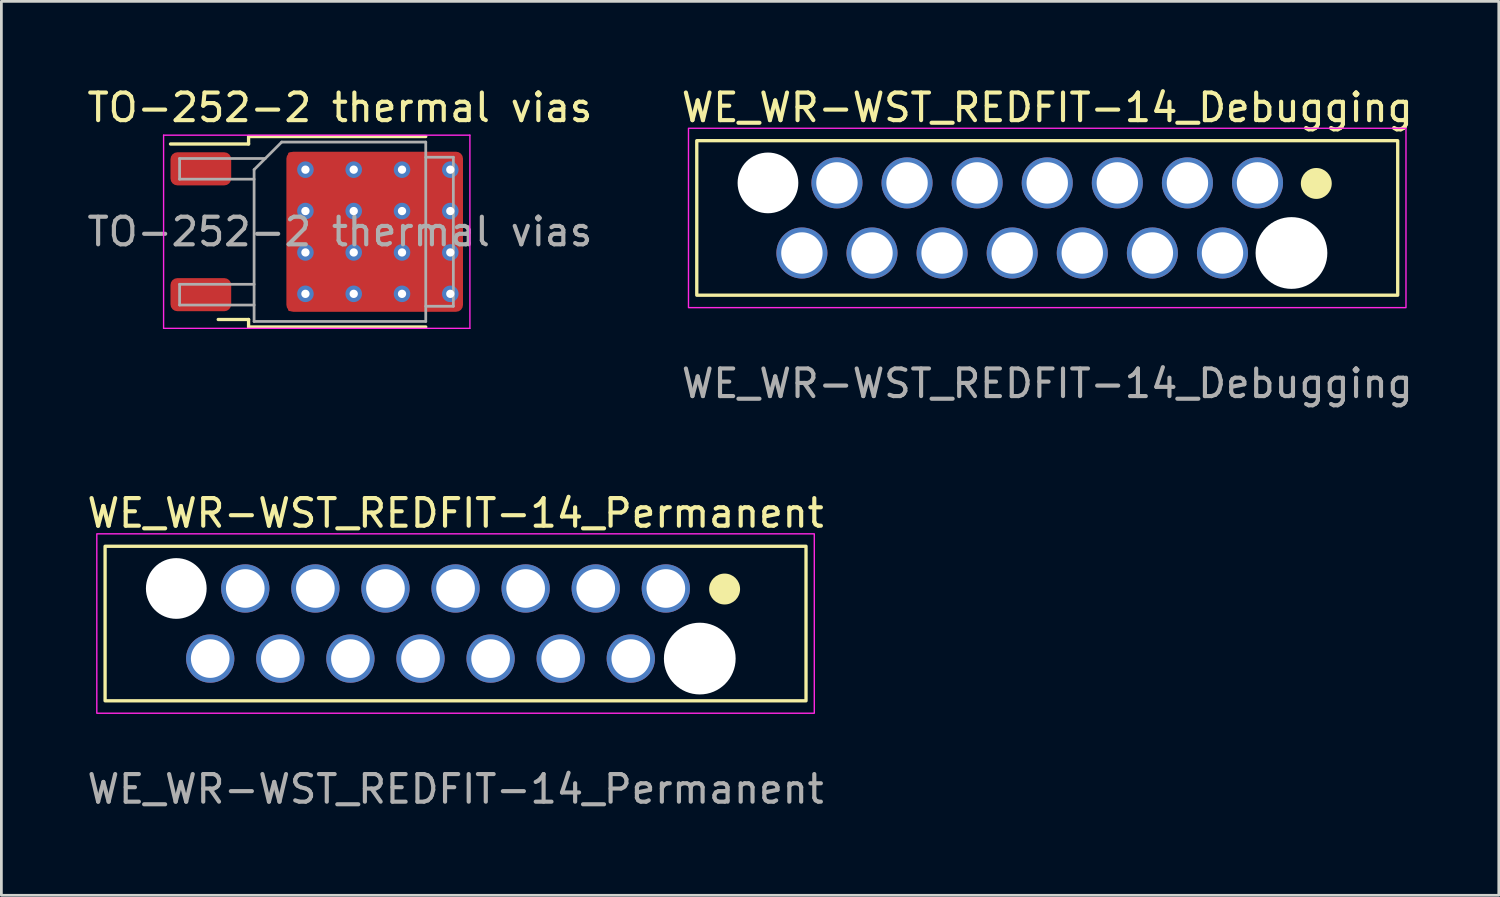
<source format=kicad_pcb>
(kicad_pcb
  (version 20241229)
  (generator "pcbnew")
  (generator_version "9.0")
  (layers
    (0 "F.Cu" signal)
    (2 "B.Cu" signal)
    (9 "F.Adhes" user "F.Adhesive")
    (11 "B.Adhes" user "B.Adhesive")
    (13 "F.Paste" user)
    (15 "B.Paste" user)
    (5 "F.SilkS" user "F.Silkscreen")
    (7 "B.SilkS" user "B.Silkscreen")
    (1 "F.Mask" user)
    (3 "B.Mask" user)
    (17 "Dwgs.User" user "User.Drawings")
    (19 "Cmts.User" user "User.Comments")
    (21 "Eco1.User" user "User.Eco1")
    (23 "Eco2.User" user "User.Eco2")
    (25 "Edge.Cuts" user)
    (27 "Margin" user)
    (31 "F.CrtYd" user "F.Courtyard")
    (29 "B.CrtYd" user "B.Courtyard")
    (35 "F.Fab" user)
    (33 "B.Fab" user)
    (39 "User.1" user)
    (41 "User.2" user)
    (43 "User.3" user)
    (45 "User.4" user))
  (footprint "WE_WR-WST_REDFIT-14_Permanent"
    (layer "F.Cu")
    (at 13.458 19.545)
    (property "Reference" "WE_WR-WST_REDFIT-14_Permanent" (at 0 -4 0) (unlocked yes) (layer "F.SilkS") (effects (font (size 1 1) (thickness 0.15))))
    (attr through_hole exclude_from_bom)
    (fp_rect (start -12.7 -2.8) (end 12.7 2.8) (stroke (width 0.12) (type default)) (fill no) (layer "F.SilkS"))
    (fp_circle (center 9.75 -1.25) (end 10.25 -1.25) (stroke (width 0.12) (type solid)) (fill yes) (layer "F.SilkS"))
    (fp_rect (start -13 -3.25) (end 13 3.25) (stroke (width 0.05) (type default)) (fill no) (layer "F.CrtYd"))
    (fp_text user "${REFERENCE}" (at 0 6 0) (unlocked yes) (layer "F.Fab") (effects (font (size 1 1) (thickness 0.15))))
    (pad "" np_thru_hole circle (at -10.12 -1.27) (size 2.2 2.2) (drill 2.2) (layers "*.Cu" "*.Mask"))
    (pad "" np_thru_hole circle (at 8.85 1.27) (size 2.6 2.6) (drill 2.6) (layers "*.Cu" "*.Mask"))
    (pad "1" thru_hole circle (at 7.62 -1.27) (size 1.75 1.75) (drill 1.4) (layers "*.Cu" "*.Mask"))
    (pad "2" thru_hole circle (at 6.35 1.27) (size 1.75 1.75) (drill 1.4) (layers "*.Cu" "*.Mask"))
    (pad "3" thru_hole circle (at 5.08 -1.27) (size 1.75 1.75) (drill 1.4) (layers "*.Cu" "*.Mask"))
    (pad "4" thru_hole circle (at 3.81 1.27) (size 1.75 1.75) (drill 1.4) (layers "*.Cu" "*.Mask"))
    (pad "5" thru_hole circle (at 2.54 -1.27) (size 1.75 1.75) (drill 1.4) (layers "*.Cu" "*.Mask"))
    (pad "6" thru_hole circle (at 1.27 1.27) (size 1.75 1.75) (drill 1.4) (layers "*.Cu" "*.Mask"))
    (pad "7" thru_hole circle (at 0 -1.27) (size 1.75 1.75) (drill 1.4) (layers "*.Cu" "*.Mask"))
    (pad "8" thru_hole circle (at -1.27 1.27) (size 1.75 1.75) (drill 1.4) (layers "*.Cu" "*.Mask"))
    (pad "9" thru_hole circle (at -2.54 -1.27) (size 1.75 1.75) (drill 1.4) (layers "*.Cu" "*.Mask"))
    (pad "10" thru_hole circle (at -3.81 1.27) (size 1.75 1.75) (drill 1.4) (layers "*.Cu" "*.Mask"))
    (pad "11" thru_hole circle (at -5.08 -1.27) (size 1.75 1.75) (drill 1.4) (layers "*.Cu" "*.Mask"))
    (pad "12" thru_hole circle (at -6.35 1.27) (size 1.75 1.75) (drill 1.4) (layers "*.Cu" "*.Mask"))
    (pad "13" thru_hole circle (at -7.62 -1.27) (size 1.75 1.75) (drill 1.4) (layers "*.Cu" "*.Mask"))
    (pad "14" thru_hole circle (at -8.89 1.27) (size 1.75 1.75) (drill 1.4) (layers "*.Cu" "*.Mask")))
  (footprint "TO-252-2 thermal vias"
    (layer "F.Cu")
    (at 9.268 5.348)
    (property "Reference" "TO-252-2 thermal vias" (at 0 -4.5 0) (layer "F.SilkS") (effects (font (size 1 1) (thickness 0.15))))
    (attr smd)
    (fp_line (start -3.31 -3.45) (end -3.31 -3.18) (stroke (width 0.12) (type solid)) (layer "F.SilkS"))
    (fp_line (start -3.31 -3.18) (end -6.14 -3.18) (stroke (width 0.12) (type solid)) (layer "F.SilkS"))
    (fp_line (start -3.31 3.18) (end -4.41 3.18) (stroke (width 0.12) (type solid)) (layer "F.SilkS"))
    (fp_line (start -3.31 3.45) (end -3.31 3.18) (stroke (width 0.12) (type solid)) (layer "F.SilkS"))
    (fp_line (start 3.11 -3.45) (end -3.31 -3.45) (stroke (width 0.12) (type solid)) (layer "F.SilkS"))
    (fp_line (start 3.11 3.45) (end -3.31 3.45) (stroke (width 0.12) (type solid)) (layer "F.SilkS"))
    (fp_line (start -6.39 -3.5) (end -6.39 3.5) (stroke (width 0.05) (type solid)) (layer "F.CrtYd"))
    (fp_line (start -6.39 3.5) (end 4.71 3.5) (stroke (width 0.05) (type solid)) (layer "F.CrtYd"))
    (fp_line (start 4.71 -3.5) (end -6.39 -3.5) (stroke (width 0.05) (type solid)) (layer "F.CrtYd"))
    (fp_line (start 4.71 3.5) (end 4.71 -3.5) (stroke (width 0.05) (type solid)) (layer "F.CrtYd"))
    (fp_line (start -5.81 -2.655) (end -5.81 -1.905) (stroke (width 0.1) (type solid)) (layer "F.Fab"))
    (fp_line (start -5.81 -1.905) (end -3.11 -1.905) (stroke (width 0.1) (type solid)) (layer "F.Fab"))
    (fp_line (start -5.81 1.905) (end -5.81 2.655) (stroke (width 0.1) (type solid)) (layer "F.Fab"))
    (fp_line (start -5.81 2.655) (end -3.11 2.655) (stroke (width 0.1) (type solid)) (layer "F.Fab"))
    (fp_line (start -3.11 -2.25) (end -2.11 -3.25) (stroke (width 0.1) (type solid)) (layer "F.Fab"))
    (fp_line (start -3.11 1.905) (end -5.81 1.905) (stroke (width 0.1) (type solid)) (layer "F.Fab"))
    (fp_line (start -3.11 3.25) (end -3.11 -2.25) (stroke (width 0.1) (type solid)) (layer "F.Fab"))
    (fp_line (start -2.705 -2.655) (end -5.81 -2.655) (stroke (width 0.1) (type solid)) (layer "F.Fab"))
    (fp_line (start -2.11 -3.25) (end 3.11 -3.25) (stroke (width 0.1) (type solid)) (layer "F.Fab"))
    (fp_line (start 3.11 -3.25) (end 3.11 3.25) (stroke (width 0.1) (type solid)) (layer "F.Fab"))
    (fp_line (start 3.11 -2.7) (end 4.11 -2.7) (stroke (width 0.1) (type solid)) (layer "F.Fab"))
    (fp_line (start 3.11 3.25) (end -3.11 3.25) (stroke (width 0.1) (type solid)) (layer "F.Fab"))
    (fp_line (start 4.11 -2.7) (end 4.11 2.7) (stroke (width 0.1) (type solid)) (layer "F.Fab"))
    (fp_line (start 4.11 2.7) (end 3.11 2.7) (stroke (width 0.1) (type solid)) (layer "F.Fab"))
    (fp_text user "${REFERENCE}" (at 0 0 0) (layer "F.Fab") (effects (font (size 1 1) (thickness 0.15))))
    (pad "1" smd roundrect (at -5.04 -2.28) (size 2.2 1.2) (layers "F.Cu" "F.Mask" "F.Paste") (roundrect_rratio 0.208))
    (pad "2" smd roundrect (at -1.625 -2.625 270) (size 0.5 0.5) (layers "F.Cu" "F.Paste") (roundrect_rratio 0.091))
    (pad "2" smd roundrect (at -1.625 -1.5 270) (size 1.25 0.5) (layers "F.Cu" "F.Paste") (roundrect_rratio 0.091))
    (pad "2" smd roundrect (at -1.625 0 270) (size 1.25 0.5) (layers "F.Cu" "F.Paste") (roundrect_rratio 0.091))
    (pad "2" smd roundrect (at -1.625 1.5 270) (size 1.25 0.5) (layers "F.Cu" "F.Paste") (roundrect_rratio 0.091))
    (pad "2" smd roundrect (at -1.625 2.625 270) (size 0.5 0.5) (layers "F.Cu" "F.Paste") (roundrect_rratio 0.091))
    (pad "2" thru_hole circle (at -1.25 -2.25) (size 0.6 0.6) (drill 0.3) (layers "*.Cu" "*.Mask"))
    (pad "2" thru_hole circle (at -1.25 -0.75) (size 0.6 0.6) (drill 0.3) (layers "*.Cu" "*.Mask"))
    (pad "2" thru_hole circle (at -1.25 0.75) (size 0.6 0.6) (drill 0.3) (layers "*.Cu" "*.Mask"))
    (pad "2" thru_hole circle (at -1.25 2.25) (size 0.6 0.6) (drill 0.3) (layers "*.Cu" "*.Mask"))
    (pad "2" smd roundrect (at -0.375 -2.625) (size 1.5 0.5) (layers "F.Cu" "F.Paste") (roundrect_rratio 0.091))
    (pad "2" smd roundrect (at -0.375 -1.5) (size 1.5 1.25) (layers "F.Cu" "F.Paste") (roundrect_rratio 0.091))
    (pad "2" smd roundrect (at -0.375 0) (size 1.5 1.25) (layers "F.Cu" "F.Paste") (roundrect_rratio 0.091))
    (pad "2" smd roundrect (at -0.375 1.5) (size 1.5 1.25) (layers "F.Cu" "F.Paste") (roundrect_rratio 0.091))
    (pad "2" smd roundrect (at -0.375 2.625) (size 1.5 0.5) (layers "F.Cu" "F.Paste") (roundrect_rratio 0.091))
    (pad "2" thru_hole circle (at 0.5 -2.25) (size 0.6 0.6) (drill 0.3) (layers "*.Cu" "*.Mask"))
    (pad "2" thru_hole circle (at 0.5 -0.75) (size 0.6 0.6) (drill 0.3) (layers "*.Cu" "*.Mask"))
    (pad "2" thru_hole circle (at 0.5 0.75) (size 0.6 0.6) (drill 0.3) (layers "*.Cu" "*.Mask"))
    (pad "2" thru_hole circle (at 0.5 2.25) (size 0.6 0.6) (drill 0.3) (layers "*.Cu" "*.Mask"))
    (pad "2" smd roundrect (at 1.26 0) (size 6.4 5.8) (layers "F.Cu" "F.Mask") (roundrect_rratio 0.043))
    (pad "2" smd roundrect (at 1.375 -2.625) (size 1.5 0.5) (layers "F.Cu" "F.Paste") (roundrect_rratio 0.091))
    (pad "2" smd roundrect (at 1.375 -1.5) (size 1.5 1.25) (layers "F.Cu" "F.Paste") (roundrect_rratio 0.091))
    (pad "2" smd roundrect (at 1.375 0) (size 1.5 1.25) (layers "F.Cu" "F.Paste") (roundrect_rratio 0.091))
    (pad "2" smd roundrect (at 1.375 1.5) (size 1.5 1.25) (layers "F.Cu" "F.Paste") (roundrect_rratio 0.091))
    (pad "2" smd roundrect (at 1.375 2.625) (size 1.5 0.5) (layers "F.Cu" "F.Paste") (roundrect_rratio 0.091))
    (pad "2" thru_hole circle (at 2.25 -2.25) (size 0.6 0.6) (drill 0.3) (layers "*.Cu" "*.Mask"))
    (pad "2" thru_hole circle (at 2.25 -0.75) (size 0.6 0.6) (drill 0.3) (layers "*.Cu" "*.Mask"))
    (pad "2" thru_hole circle (at 2.25 0.75) (size 0.6 0.6) (drill 0.3) (layers "*.Cu" "*.Mask"))
    (pad "2" thru_hole circle (at 2.25 2.25) (size 0.6 0.6) (drill 0.3) (layers "*.Cu" "*.Mask"))
    (pad "2" smd roundrect (at 3.125 -2.625) (size 1.5 0.5) (layers "F.Cu" "F.Paste") (roundrect_rratio 0.091))
    (pad "2" smd roundrect (at 3.125 -1.5) (size 1.5 1.25) (layers "F.Cu" "F.Paste") (roundrect_rratio 0.091))
    (pad "2" smd roundrect (at 3.125 0) (size 1.5 1.25) (layers "F.Cu" "F.Paste") (roundrect_rratio 0.091))
    (pad "2" smd roundrect (at 3.125 1.5) (size 1.5 1.25) (layers "F.Cu" "F.Paste") (roundrect_rratio 0.091))
    (pad "2" smd roundrect (at 3.125 2.625) (size 1.5 0.5) (layers "F.Cu" "F.Paste") (roundrect_rratio 0.091))
    (pad "2" thru_hole circle (at 4 -2.25) (size 0.6 0.6) (drill 0.3) (layers "*.Cu" "*.Mask"))
    (pad "2" thru_hole circle (at 4 -0.75) (size 0.6 0.6) (drill 0.3) (layers "*.Cu" "*.Mask"))
    (pad "2" thru_hole circle (at 4 0.75) (size 0.6 0.6) (drill 0.3) (layers "*.Cu" "*.Mask"))
    (pad "2" thru_hole circle (at 4 2.25) (size 0.6 0.6) (drill 0.3) (layers "*.Cu" "*.Mask"))
    (pad "3" smd roundrect (at -5.04 2.28) (size 2.2 1.2) (layers "F.Cu" "F.Mask" "F.Paste") (roundrect_rratio 0.208)))
  (footprint "WE_WR-WST_REDFIT-14_Debugging"
    (layer "F.Cu")
    (at 34.899 4.848)
    (property "Reference" "WE_WR-WST_REDFIT-14_Debugging" (at 0 -4 0) (unlocked yes) (layer "F.SilkS") (effects (font (size 1 1) (thickness 0.15))))
    (attr through_hole exclude_from_bom)
    (fp_rect (start -12.7 -2.8) (end 12.7 2.8) (stroke (width 0.12) (type default)) (fill no) (layer "F.SilkS"))
    (fp_circle (center 9.75 -1.25) (end 10.25 -1.25) (stroke (width 0.12) (type solid)) (fill yes) (layer "F.SilkS"))
    (fp_rect (start -13 -3.25) (end 13 3.25) (stroke (width 0.05) (type default)) (fill no) (layer "F.CrtYd"))
    (fp_text user "${REFERENCE}" (at 0 6 0) (unlocked yes) (layer "F.Fab") (effects (font (size 1 1) (thickness 0.15))))
    (pad "" np_thru_hole circle (at -10.12 -1.27) (size 2.2 2.2) (drill 2.2) (layers "*.Cu" "*.Mask"))
    (pad "" np_thru_hole circle (at 8.85 1.27) (size 2.6 2.6) (drill 2.6) (layers "*.Cu" "*.Mask"))
    (pad "1" thru_hole circle (at 7.62 -1.27) (size 1.85 1.85) (drill 1.5) (layers "*.Cu" "*.Mask"))
    (pad "2" thru_hole circle (at 6.35 1.27) (size 1.85 1.85) (drill 1.5) (layers "*.Cu" "*.Mask"))
    (pad "3" thru_hole circle (at 5.08 -1.27) (size 1.85 1.85) (drill 1.5) (layers "*.Cu" "*.Mask"))
    (pad "4" thru_hole circle (at 3.81 1.27) (size 1.85 1.85) (drill 1.5) (layers "*.Cu" "*.Mask"))
    (pad "5" thru_hole circle (at 2.54 -1.27) (size 1.85 1.85) (drill 1.5) (layers "*.Cu" "*.Mask"))
    (pad "6" thru_hole circle (at 1.27 1.27) (size 1.85 1.85) (drill 1.5) (layers "*.Cu" "*.Mask"))
    (pad "7" thru_hole circle (at 0 -1.27) (size 1.85 1.85) (drill 1.5) (layers "*.Cu" "*.Mask"))
    (pad "8" thru_hole circle (at -1.27 1.27) (size 1.85 1.85) (drill 1.5) (layers "*.Cu" "*.Mask"))
    (pad "9" thru_hole circle (at -2.54 -1.27) (size 1.85 1.85) (drill 1.5) (layers "*.Cu" "*.Mask"))
    (pad "10" thru_hole circle (at -3.81 1.27) (size 1.85 1.85) (drill 1.5) (layers "*.Cu" "*.Mask"))
    (pad "11" thru_hole circle (at -5.08 -1.27) (size 1.85 1.85) (drill 1.5) (layers "*.Cu" "*.Mask"))
    (pad "12" thru_hole circle (at -6.35 1.27) (size 1.85 1.85) (drill 1.5) (layers "*.Cu" "*.Mask"))
    (pad "13" thru_hole circle (at -7.62 -1.27) (size 1.85 1.85) (drill 1.5) (layers "*.Cu" "*.Mask"))
    (pad "14" thru_hole circle (at -8.89 1.27) (size 1.85 1.85) (drill 1.5) (layers "*.Cu" "*.Mask")))
  (gr_rect
    (start -3 -3)
    (end 51.262 29.393)
    (stroke (width 0.1) (type default))
    (fill no)
    (layer "Edge.Cuts")))
</source>
